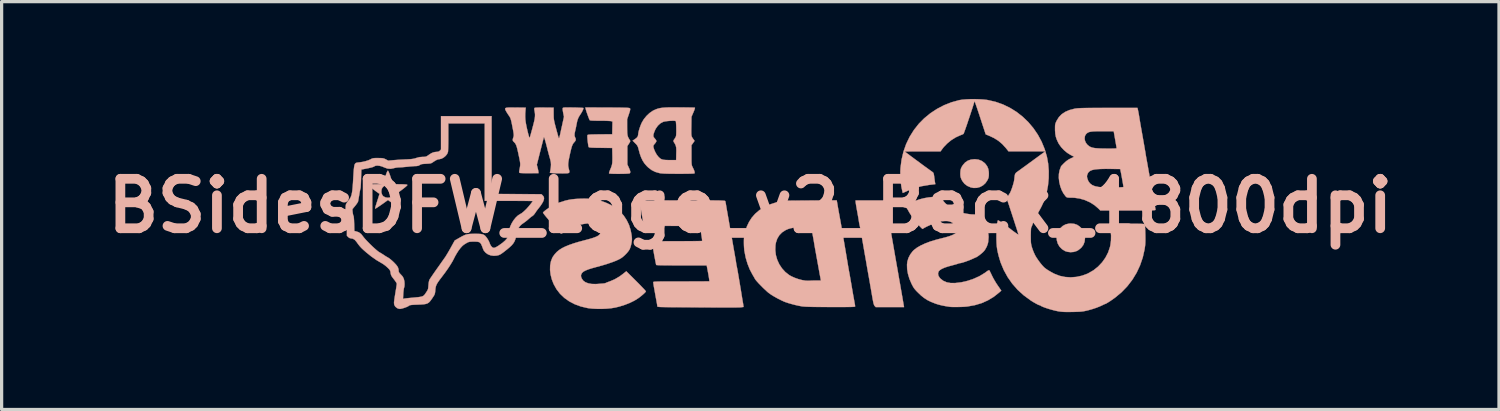
<source format=kicad_pcb>
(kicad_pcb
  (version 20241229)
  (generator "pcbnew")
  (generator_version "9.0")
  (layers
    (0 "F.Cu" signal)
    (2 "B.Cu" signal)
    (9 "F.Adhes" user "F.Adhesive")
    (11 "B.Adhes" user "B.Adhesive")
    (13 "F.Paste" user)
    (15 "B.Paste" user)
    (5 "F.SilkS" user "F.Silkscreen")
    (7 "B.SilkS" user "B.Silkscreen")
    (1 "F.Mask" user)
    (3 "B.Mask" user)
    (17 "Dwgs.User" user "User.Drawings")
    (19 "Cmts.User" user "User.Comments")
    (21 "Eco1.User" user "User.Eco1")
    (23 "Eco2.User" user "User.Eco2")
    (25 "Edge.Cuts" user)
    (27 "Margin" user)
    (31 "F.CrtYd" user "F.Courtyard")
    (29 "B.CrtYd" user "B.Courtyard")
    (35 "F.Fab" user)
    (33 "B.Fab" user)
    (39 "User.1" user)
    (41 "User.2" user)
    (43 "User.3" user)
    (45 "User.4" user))
  (footprint "BSidesDFW_Logo_v2_Back_1800dpi"
    (layer "F.Cu")
    (at 20.073 3.295)
    (property "Reference" "BSidesDFW_Logo_v2_Back_1800dpi" (at 0 0 0) (layer "B.SilkS") (effects (font (size 1.524 1.524) (thickness 0.3))))
    (attr through_hole)
    (fp_poly (pts (xy 9.982 0.553) (xy 10.071 0.583) (xy 10.151 0.637) (xy 10.201 0.686) (xy 10.259 0.762) (xy 10.295 0.842) (xy 10.313 0.933) (xy 10.315 0.995) (xy 10.302 1.105) (xy 10.264 1.203) (xy 10.201 1.288) (xy 10.116 1.358) (xy 10.055 1.392) (xy 9.968 1.419) (xy 9.87 1.427) (xy 9.773 1.415) (xy 9.698 1.391) (xy 9.605 1.332) (xy 9.53 1.255) (xy 9.476 1.161) (xy 9.446 1.057) (xy 9.44 0.983) (xy 9.451 0.877) (xy 9.483 0.785) (xy 9.54 0.702) (xy 9.548 0.692) (xy 9.631 0.618) (xy 9.722 0.569) (xy 9.824 0.546) (xy 9.878 0.544) (xy 9.982 0.553)) (stroke (width 0.01) (type solid)) (fill yes) (layer "B.SilkS"))
    (fp_poly (pts (xy 7.031 -1.426) (xy 7.131 -1.387) (xy 7.219 -1.323) (xy 7.249 -1.292) (xy 7.301 -1.22) (xy 7.334 -1.141) (xy 7.35 -1.049) (xy 7.352 -0.988) (xy 7.35 -0.925) (xy 7.343 -0.877) (xy 7.327 -0.831) (xy 7.308 -0.792) (xy 7.249 -0.703) (xy 7.172 -0.633) (xy 7.082 -0.583) (xy 6.983 -0.556) (xy 6.88 -0.553) (xy 6.795 -0.57) (xy 6.688 -0.616) (xy 6.602 -0.681) (xy 6.535 -0.767) (xy 6.508 -0.818) (xy 6.487 -0.87) (xy 6.476 -0.92) (xy 6.473 -0.982) (xy 6.473 -1.002) (xy 6.477 -1.078) (xy 6.488 -1.138) (xy 6.511 -1.193) (xy 6.549 -1.254) (xy 6.551 -1.257) (xy 6.622 -1.338) (xy 6.706 -1.395) (xy 6.805 -1.428) (xy 6.92 -1.439) (xy 7.031 -1.426)) (stroke (width 0.01) (type solid)) (fill yes) (layer "B.SilkS"))
    (fp_poly (pts (xy 4.175 -0.095) (xy 4.181 -0.066) (xy 4.191 -0.012) (xy 4.204 0.063) (xy 4.221 0.157) (xy 4.24 0.264) (xy 4.26 0.384) (xy 4.283 0.511) (xy 4.296 0.586) (xy 4.321 0.73) (xy 4.35 0.897) (xy 4.382 1.078) (xy 4.415 1.268) (xy 4.448 1.459) (xy 4.481 1.647) (xy 4.512 1.824) (xy 4.529 1.919) (xy 4.56 2.095) (xy 4.586 2.246) (xy 4.609 2.374) (xy 4.628 2.481) (xy 4.643 2.57) (xy 4.656 2.644) (xy 4.667 2.705) (xy 4.675 2.755) (xy 4.683 2.796) (xy 4.689 2.832) (xy 4.694 2.864) (xy 4.7 2.896) (xy 4.705 2.929) (xy 4.712 2.966) (xy 4.712 2.967) (xy 4.738 3.119) (xy 3.865 3.119) (xy 3.833 3.084) (xy 3.821 3.067) (xy 3.81 3.041) (xy 3.798 3.003) (xy 3.786 2.949) (xy 3.772 2.874) (xy 3.756 2.784) (xy 3.738 2.679) (xy 3.718 2.562) (xy 3.697 2.444) (xy 3.679 2.337) (xy 3.67 2.286) (xy 3.635 2.091) (xy 3.599 1.888) (xy 3.564 1.682) (xy 3.528 1.482) (xy 3.495 1.291) (xy 3.465 1.117) (xy 3.441 0.981) (xy 3.425 0.885) (xy 3.409 0.796) (xy 3.395 0.718) (xy 3.383 0.656) (xy 3.374 0.615) (xy 3.371 0.603) (xy 3.362 0.56) (xy 3.351 0.503) (xy 3.345 0.462) (xy 3.338 0.418) (xy 3.327 0.352) (xy 3.313 0.274) (xy 3.298 0.189) (xy 3.289 0.141) (xy 3.275 0.061) (xy 3.262 -0.013) (xy 3.253 -0.073) (xy 3.247 -0.115) (xy 3.246 -0.131) (xy 3.246 -0.169) (xy 4.161 -0.169) (xy 4.175 -0.095)) (stroke (width 0.01) (type solid)) (fill yes) (layer "B.SilkS"))
    (fp_poly (pts (xy -11.157 -1.073) (xy -11.138 -1.033) (xy -11.113 -0.969) (xy -11.082 -0.881) (xy -11.082 -0.878) (xy -11.014 -0.67) (xy -10.791 -0.666) (xy -10.706 -0.665) (xy -10.645 -0.662) (xy -10.605 -0.659) (xy -10.581 -0.654) (xy -10.571 -0.647) (xy -10.569 -0.641) (xy -10.58 -0.626) (xy -10.61 -0.598) (xy -10.654 -0.561) (xy -10.709 -0.518) (xy -10.77 -0.472) (xy -10.832 -0.426) (xy -10.882 -0.392) (xy -10.915 -0.37) (xy -10.848 -0.167) (xy -10.825 -0.095) (xy -10.805 -0.032) (xy -10.79 0.017) (xy -10.782 0.047) (xy -10.781 0.053) (xy -10.785 0.067) (xy -10.8 0.068) (xy -10.827 0.056) (xy -10.87 0.031) (xy -10.93 -0.01) (xy -10.993 -0.056) (xy -11.166 -0.182) (xy -11.252 -0.119) (xy -11.325 -0.067) (xy -11.394 -0.019) (xy -11.456 0.023) (xy -11.506 0.056) (xy -11.542 0.077) (xy -11.558 0.085) (xy -11.561 0.073) (xy -11.556 0.043) (xy -11.551 0.025) (xy -11.54 -0.013) (xy -11.522 -0.069) (xy -11.501 -0.136) (xy -11.479 -0.204) (xy -11.426 -0.372) (xy -11.456 -0.392) (xy -11.499 -0.422) (xy -11.551 -0.46) (xy -11.572 -0.476) (xy -11.37 -0.476) (xy -11.368 -0.412) (xy -11.35 -0.351) (xy -11.318 -0.303) (xy -11.312 -0.298) (xy -11.248 -0.263) (xy -11.174 -0.25) (xy -11.098 -0.26) (xy -11.064 -0.273) (xy -11.013 -0.311) (xy -10.983 -0.368) (xy -10.971 -0.445) (xy -10.971 -0.452) (xy -10.973 -0.501) (xy -10.981 -0.534) (xy -11 -0.563) (xy -11.02 -0.585) (xy -11.082 -0.632) (xy -11.149 -0.652) (xy -11.216 -0.648) (xy -11.279 -0.62) (xy -11.332 -0.568) (xy -11.354 -0.533) (xy -11.37 -0.476) (xy -11.572 -0.476) (xy -11.607 -0.503) (xy -11.662 -0.545) (xy -11.712 -0.585) (xy -11.751 -0.617) (xy -11.774 -0.639) (xy -11.78 -0.645) (xy -11.774 -0.652) (xy -11.752 -0.657) (xy -11.711 -0.661) (xy -11.646 -0.664) (xy -11.557 -0.666) (xy -11.555 -0.666) (xy -11.324 -0.67) (xy -11.256 -0.878) (xy -11.226 -0.967) (xy -11.201 -1.033) (xy -11.182 -1.073) (xy -11.169 -1.087) (xy -11.169 -1.087) (xy -11.157 -1.073)) (stroke (width 0.01) (type solid)) (fill yes) (layer "B.SilkS"))
    (fp_poly (pts (xy -4.402 -3.03) (xy -4.245 -3.03) (xy -4.114 -3.029) (xy -4.006 -3.028) (xy -3.92 -3.026) (xy -3.852 -3.025) (xy -3.801 -3.023) (xy -3.764 -3.02) (xy -3.738 -3.017) (xy -3.721 -3.013) (xy -3.711 -3.008) (xy -3.706 -3.003) (xy -3.706 -3.003) (xy -3.701 -2.985) (xy -3.704 -2.956) (xy -3.715 -2.911) (xy -3.736 -2.846) (xy -3.743 -2.824) (xy -3.796 -2.67) (xy -3.796 -2.425) (xy -3.795 -2.33) (xy -3.793 -2.258) (xy -3.788 -2.203) (xy -3.78 -2.159) (xy -3.767 -2.12) (xy -3.747 -2.082) (xy -3.721 -2.038) (xy -3.715 -2.03) (xy -3.703 -2.009) (xy -3.701 -1.99) (xy -3.711 -1.966) (xy -3.733 -1.929) (xy -3.74 -1.918) (xy -3.789 -1.842) (xy -3.789 -1.56) (xy -3.789 -1.277) (xy -3.743 -1.176) (xy -3.715 -1.11) (xy -3.701 -1.064) (xy -3.699 -1.033) (xy -3.709 -1.01) (xy -3.714 -1.005) (xy -3.733 -0.999) (xy -3.774 -0.995) (xy -3.834 -0.992) (xy -3.906 -0.989) (xy -3.986 -0.988) (xy -4.069 -0.987) (xy -4.15 -0.988) (xy -4.223 -0.989) (xy -4.285 -0.992) (xy -4.329 -0.996) (xy -4.352 -1) (xy -4.353 -1.002) (xy -4.352 -1.02) (xy -4.341 -1.057) (xy -4.323 -1.105) (xy -4.32 -1.111) (xy -4.293 -1.174) (xy -4.274 -1.227) (xy -4.261 -1.277) (xy -4.253 -1.331) (xy -4.25 -1.394) (xy -4.249 -1.474) (xy -4.25 -1.552) (xy -4.255 -1.785) (xy -4.609 -1.789) (xy -4.726 -1.79) (xy -4.818 -1.793) (xy -4.886 -1.795) (xy -4.934 -1.799) (xy -4.964 -1.804) (xy -4.978 -1.81) (xy -4.979 -1.811) (xy -4.987 -1.832) (xy -4.995 -1.874) (xy -5.003 -1.931) (xy -5.011 -1.994) (xy -5.017 -2.058) (xy -5.021 -2.115) (xy -5.021 -2.158) (xy -5.019 -2.179) (xy -5.013 -2.186) (xy -5 -2.191) (xy -4.976 -2.195) (xy -4.938 -2.198) (xy -4.884 -2.201) (xy -4.809 -2.202) (xy -4.712 -2.204) (xy -4.633 -2.205) (xy -4.255 -2.208) (xy -4.251 -2.403) (xy -4.247 -2.597) (xy -4.283 -2.611) (xy -4.308 -2.615) (xy -4.356 -2.618) (xy -4.423 -2.621) (xy -4.504 -2.624) (xy -4.594 -2.625) (xy -4.628 -2.625) (xy -4.737 -2.625) (xy -4.82 -2.627) (xy -4.881 -2.629) (xy -4.921 -2.633) (xy -4.943 -2.638) (xy -4.949 -2.642) (xy -4.96 -2.664) (xy -4.977 -2.706) (xy -4.998 -2.761) (xy -5.02 -2.822) (xy -5.042 -2.884) (xy -5.059 -2.938) (xy -5.071 -2.979) (xy -5.073 -2.988) (xy -5.082 -3.034) (xy -4.402 -3.03)) (stroke (width 0.01) (type solid)) (fill yes) (layer "B.SilkS"))
    (fp_poly (pts (xy -2.189 -3.035) (xy -2.076 -3.035) (xy -1.972 -3.033) (xy -1.881 -3.032) (xy -1.805 -3.031) (xy -1.749 -3.029) (xy -1.715 -3.027) (xy -1.706 -3.026) (xy -1.707 -3.011) (xy -1.717 -2.976) (xy -1.735 -2.927) (xy -1.754 -2.882) (xy -1.813 -2.745) (xy -1.817 -2.448) (xy -1.819 -2.35) (xy -1.819 -2.275) (xy -1.818 -2.22) (xy -1.815 -2.178) (xy -1.808 -2.146) (xy -1.797 -2.119) (xy -1.781 -2.093) (xy -1.76 -2.062) (xy -1.744 -2.04) (xy -1.718 -2.003) (xy -1.765 -1.936) (xy -1.813 -1.87) (xy -1.813 -1.566) (xy -1.813 -1.466) (xy -1.813 -1.39) (xy -1.811 -1.333) (xy -1.808 -1.292) (xy -1.804 -1.261) (xy -1.797 -1.236) (xy -1.788 -1.214) (xy -1.777 -1.192) (xy -1.738 -1.111) (xy -1.718 -1.052) (xy -1.715 -1.015) (xy -1.723 -1) (xy -1.742 -0.998) (xy -1.785 -0.995) (xy -1.849 -0.993) (xy -1.932 -0.991) (xy -2.029 -0.99) (xy -2.137 -0.989) (xy -2.223 -0.989) (xy -2.365 -0.99) (xy -2.483 -0.991) (xy -2.578 -0.993) (xy -2.655 -0.996) (xy -2.715 -1) (xy -2.762 -1.004) (xy -2.798 -1.011) (xy -2.801 -1.011) (xy -2.929 -1.048) (xy -3.039 -1.103) (xy -3.141 -1.18) (xy -3.184 -1.221) (xy -3.256 -1.302) (xy -3.314 -1.389) (xy -3.362 -1.488) (xy -3.404 -1.604) (xy -3.428 -1.691) (xy -3.446 -1.761) (xy -3.46 -1.81) (xy -3.476 -1.845) (xy -3.495 -1.875) (xy -3.521 -1.905) (xy -3.547 -1.931) (xy -3.626 -2.011) (xy -3.563 -2.051) (xy -3.504 -2.095) (xy -3.47 -2.137) (xy -3.465 -2.156) (xy -2.989 -2.156) (xy -2.982 -2.128) (xy -2.962 -2.098) (xy -2.944 -2.078) (xy -2.915 -2.042) (xy -2.896 -2.01) (xy -2.893 -1.997) (xy -2.902 -1.973) (xy -2.925 -1.938) (xy -2.943 -1.916) (xy -2.973 -1.88) (xy -2.986 -1.853) (xy -2.987 -1.824) (xy -2.985 -1.809) (xy -2.964 -1.739) (xy -2.93 -1.661) (xy -2.888 -1.586) (xy -2.844 -1.527) (xy -2.843 -1.525) (xy -2.803 -1.484) (xy -2.766 -1.454) (xy -2.727 -1.434) (xy -2.678 -1.421) (xy -2.616 -1.415) (xy -2.533 -1.412) (xy -2.487 -1.412) (xy -2.286 -1.411) (xy -2.283 -1.52) (xy -2.282 -1.587) (xy -2.28 -1.655) (xy -2.279 -1.707) (xy -2.283 -1.797) (xy -2.3 -1.868) (xy -2.331 -1.928) (xy -2.335 -1.933) (xy -2.362 -1.975) (xy -2.368 -2.006) (xy -2.354 -2.038) (xy -2.336 -2.062) (xy -2.309 -2.103) (xy -2.29 -2.146) (xy -2.289 -2.149) (xy -2.285 -2.181) (xy -2.282 -2.232) (xy -2.28 -2.296) (xy -2.281 -2.366) (xy -2.282 -2.438) (xy -2.285 -2.505) (xy -2.289 -2.561) (xy -2.293 -2.599) (xy -2.298 -2.614) (xy -2.32 -2.621) (xy -2.362 -2.624) (xy -2.42 -2.623) (xy -2.485 -2.62) (xy -2.552 -2.614) (xy -2.614 -2.606) (xy -2.664 -2.596) (xy -2.684 -2.59) (xy -2.771 -2.544) (xy -2.848 -2.473) (xy -2.913 -2.381) (xy -2.928 -2.352) (xy -2.953 -2.295) (xy -2.973 -2.239) (xy -2.985 -2.196) (xy -2.986 -2.192) (xy -2.989 -2.156) (xy -3.465 -2.156) (xy -3.457 -2.182) (xy -3.457 -2.188) (xy -3.451 -2.241) (xy -3.436 -2.311) (xy -3.412 -2.391) (xy -3.383 -2.474) (xy -3.351 -2.55) (xy -3.342 -2.568) (xy -3.28 -2.673) (xy -3.199 -2.772) (xy -3.107 -2.859) (xy -3.01 -2.927) (xy -2.976 -2.945) (xy -2.925 -2.968) (xy -2.875 -2.988) (xy -2.825 -3.003) (xy -2.769 -3.015) (xy -2.705 -3.024) (xy -2.629 -3.03) (xy -2.537 -3.034) (xy -2.427 -3.035) (xy -2.294 -3.036) (xy -2.189 -3.035)) (stroke (width 0.01) (type solid)) (fill yes) (layer "B.SilkS"))
    (fp_poly (pts (xy -4.998 -0.222) (xy -4.887 -0.214) (xy -4.832 -0.207) (xy -4.643 -0.166) (xy -4.463 -0.105) (xy -4.295 -0.026) (xy -4.144 0.069) (xy -4.012 0.178) (xy -3.902 0.299) (xy -3.902 0.299) (xy -3.809 0.44) (xy -3.738 0.586) (xy -3.688 0.746) (xy -3.662 0.881) (xy -3.652 0.953) (xy -3.648 1.008) (xy -3.649 1.056) (xy -3.655 1.108) (xy -3.661 1.141) (xy -3.675 1.207) (xy -3.694 1.274) (xy -3.714 1.327) (xy -3.715 1.33) (xy -3.749 1.386) (xy -3.801 1.45) (xy -3.863 1.514) (xy -3.929 1.573) (xy -3.971 1.604) (xy -4.043 1.646) (xy -4.138 1.69) (xy -4.255 1.735) (xy -4.396 1.783) (xy -4.562 1.834) (xy -4.756 1.887) (xy -4.77 1.891) (xy -4.896 1.926) (xy -4.998 1.959) (xy -5.076 1.991) (xy -5.134 2.021) (xy -5.173 2.053) (xy -5.192 2.077) (xy -5.214 2.121) (xy -5.219 2.161) (xy -5.207 2.209) (xy -5.193 2.24) (xy -5.15 2.303) (xy -5.083 2.352) (xy -4.996 2.386) (xy -4.889 2.406) (xy -4.766 2.409) (xy -4.706 2.406) (xy -4.642 2.401) (xy -4.583 2.396) (xy -4.539 2.393) (xy -4.529 2.392) (xy -4.489 2.387) (xy -4.46 2.378) (xy -4.459 2.378) (xy -4.437 2.367) (xy -4.396 2.351) (xy -4.344 2.332) (xy -4.331 2.328) (xy -4.179 2.263) (xy -4.031 2.176) (xy -3.928 2.1) (xy -3.821 2.015) (xy -3.519 2.316) (xy -3.443 2.392) (xy -3.375 2.462) (xy -3.316 2.524) (xy -3.268 2.574) (xy -3.235 2.611) (xy -3.219 2.631) (xy -3.217 2.634) (xy -3.228 2.653) (xy -3.257 2.684) (xy -3.3 2.724) (xy -3.353 2.769) (xy -3.412 2.816) (xy -3.453 2.846) (xy -3.572 2.92) (xy -3.713 2.989) (xy -3.871 3.051) (xy -4.038 3.103) (xy -4.156 3.132) (xy -4.279 3.153) (xy -4.421 3.167) (xy -4.573 3.174) (xy -4.726 3.173) (xy -4.871 3.166) (xy -5 3.151) (xy -5.017 3.148) (xy -5.222 3.1) (xy -5.41 3.031) (xy -5.58 2.942) (xy -5.732 2.834) (xy -5.864 2.708) (xy -5.975 2.564) (xy -6.061 2.408) (xy -6.117 2.264) (xy -6.154 2.118) (xy -6.171 1.976) (xy -6.168 1.839) (xy -6.145 1.714) (xy -6.103 1.602) (xy -6.077 1.558) (xy -6.024 1.486) (xy -5.963 1.42) (xy -5.892 1.361) (xy -5.807 1.306) (xy -5.706 1.255) (xy -5.587 1.206) (xy -5.448 1.157) (xy -5.285 1.108) (xy -5.098 1.058) (xy -4.966 1.023) (xy -4.859 0.991) (xy -4.775 0.961) (xy -4.712 0.933) (xy -4.667 0.903) (xy -4.637 0.871) (xy -4.621 0.836) (xy -4.617 0.796) (xy -4.618 0.772) (xy -4.637 0.698) (xy -4.678 0.639) (xy -4.743 0.593) (xy -4.832 0.56) (xy -4.886 0.549) (xy -4.936 0.541) (xy -4.981 0.539) (xy -5.032 0.542) (xy -5.098 0.551) (xy -5.131 0.556) (xy -5.299 0.592) (xy -5.454 0.645) (xy -5.603 0.718) (xy -5.747 0.809) (xy -5.785 0.835) (xy -5.811 0.85) (xy -5.832 0.852) (xy -5.853 0.839) (xy -5.881 0.81) (xy -5.922 0.762) (xy -5.929 0.754) (xy -5.957 0.721) (xy -6 0.672) (xy -6.054 0.611) (xy -6.114 0.541) (xy -6.178 0.469) (xy -6.192 0.453) (xy -6.251 0.385) (xy -6.303 0.323) (xy -6.345 0.271) (xy -6.374 0.232) (xy -6.387 0.21) (xy -6.388 0.206) (xy -6.371 0.186) (xy -6.335 0.154) (xy -6.286 0.116) (xy -6.227 0.075) (xy -6.166 0.034) (xy -6.106 -0.003) (xy -6.062 -0.027) (xy -5.891 -0.102) (xy -5.7 -0.162) (xy -5.599 -0.185) (xy -5.501 -0.202) (xy -5.383 -0.214) (xy -5.255 -0.221) (xy -5.123 -0.224) (xy -4.998 -0.222)) (stroke (width 0.01) (type solid)) (fill yes) (layer "B.SilkS"))
    (fp_poly (pts (xy 2.688 -0.033) (xy 2.7 0.039) (xy 2.715 0.126) (xy 2.732 0.217) (xy 2.745 0.289) (xy 2.762 0.382) (xy 2.781 0.484) (xy 2.801 0.597) (xy 2.823 0.724) (xy 2.848 0.867) (xy 2.875 1.028) (xy 2.906 1.211) (xy 2.941 1.416) (xy 2.978 1.637) (xy 2.996 1.743) (xy 3.012 1.841) (xy 3.027 1.927) (xy 3.039 1.998) (xy 3.049 2.049) (xy 3.054 2.078) (xy 3.055 2.081) (xy 3.059 2.103) (xy 3.067 2.148) (xy 3.078 2.212) (xy 3.092 2.292) (xy 3.108 2.383) (xy 3.119 2.448) (xy 3.137 2.553) (xy 3.155 2.658) (xy 3.172 2.756) (xy 3.188 2.842) (xy 3.2 2.91) (xy 3.204 2.932) (xy 3.215 2.995) (xy 3.225 3.048) (xy 3.23 3.085) (xy 3.231 3.098) (xy 3.228 3.103) (xy 3.218 3.106) (xy 3.198 3.11) (xy 3.166 3.112) (xy 3.12 3.114) (xy 3.058 3.115) (xy 2.979 3.116) (xy 2.879 3.117) (xy 2.757 3.117) (xy 2.61 3.117) (xy 2.473 3.117) (xy 2.285 3.116) (xy 2.124 3.115) (xy 1.987 3.114) (xy 1.872 3.112) (xy 1.779 3.109) (xy 1.704 3.106) (xy 1.646 3.102) (xy 1.604 3.098) (xy 1.595 3.097) (xy 1.495 3.078) (xy 1.386 3.054) (xy 1.275 3.025) (xy 1.171 2.995) (xy 1.082 2.965) (xy 1.04 2.949) (xy 0.937 2.901) (xy 0.831 2.847) (xy 0.73 2.79) (xy 0.639 2.734) (xy 0.568 2.683) (xy 0.564 2.681) (xy 0.514 2.638) (xy 0.456 2.584) (xy 0.392 2.524) (xy 0.329 2.46) (xy 0.268 2.398) (xy 0.216 2.341) (xy 0.175 2.293) (xy 0.15 2.26) (xy 0.146 2.254) (xy 0.128 2.22) (xy 0.1 2.171) (xy 0.068 2.118) (xy 0.062 2.106) (xy -0.018 1.954) (xy -0.086 1.781) (xy -0.141 1.597) (xy -0.178 1.407) (xy -0.182 1.378) (xy -0.184 1.361) (xy 0.77 1.361) (xy 0.788 1.514) (xy 0.83 1.662) (xy 0.894 1.801) (xy 0.978 1.927) (xy 1.079 2.038) (xy 1.196 2.13) (xy 1.263 2.169) (xy 1.368 2.216) (xy 1.481 2.256) (xy 1.594 2.286) (xy 1.7 2.304) (xy 1.792 2.308) (xy 1.813 2.307) (xy 1.859 2.304) (xy 1.922 2.302) (xy 1.993 2.3) (xy 2.03 2.3) (xy 2.177 2.3) (xy 2.167 2.254) (xy 2.163 2.229) (xy 2.154 2.181) (xy 2.141 2.113) (xy 2.126 2.029) (xy 2.109 1.934) (xy 2.09 1.832) (xy 2.071 1.727) (xy 2.052 1.622) (xy 2.034 1.523) (xy 2.018 1.433) (xy 2.004 1.356) (xy 1.993 1.296) (xy 1.987 1.258) (xy 1.985 1.249) (xy 1.973 1.178) (xy 1.96 1.098) (xy 1.945 1.012) (xy 1.929 0.927) (xy 1.915 0.846) (xy 1.902 0.775) (xy 1.891 0.719) (xy 1.884 0.683) (xy 1.882 0.672) (xy 1.877 0.662) (xy 1.869 0.656) (xy 1.851 0.651) (xy 1.822 0.649) (xy 1.776 0.649) (xy 1.711 0.65) (xy 1.621 0.653) (xy 1.611 0.654) (xy 1.486 0.659) (xy 1.384 0.667) (xy 1.301 0.678) (xy 1.23 0.693) (xy 1.166 0.713) (xy 1.105 0.739) (xy 1.085 0.749) (xy 0.98 0.817) (xy 0.895 0.904) (xy 0.831 1.009) (xy 0.79 1.131) (xy 0.776 1.207) (xy 0.77 1.361) (xy -0.184 1.361) (xy -0.19 1.309) (xy -0.195 1.229) (xy -0.197 1.145) (xy -0.197 1.065) (xy -0.194 0.996) (xy -0.189 0.944) (xy -0.185 0.925) (xy -0.175 0.89) (xy -0.162 0.838) (xy -0.15 0.78) (xy -0.149 0.779) (xy -0.106 0.637) (xy -0.039 0.495) (xy 0.047 0.362) (xy 0.148 0.246) (xy 0.282 0.131) (xy 0.438 0.033) (xy 0.616 -0.048) (xy 0.815 -0.112) (xy 0.857 -0.123) (xy 1.009 -0.16) (xy 1.837 -0.166) (xy 2.664 -0.171) (xy 2.688 -0.033)) (stroke (width 0.01) (type solid)) (fill yes) (layer "B.SilkS"))
    (fp_poly (pts (xy 5.888 -0.257) (xy 5.913 -0.227) (xy 5.926 -0.2) (xy 5.927 -0.196) (xy 5.938 -0.168) (xy 5.967 -0.128) (xy 6.011 -0.081) (xy 6.066 -0.03) (xy 6.126 0.019) (xy 6.186 0.062) (xy 6.273 0.118) (xy 6.344 0.158) (xy 6.403 0.186) (xy 6.457 0.204) (xy 6.497 0.212) (xy 6.545 0.22) (xy 6.609 0.231) (xy 6.677 0.244) (xy 6.696 0.247) (xy 6.804 0.262) (xy 6.917 0.266) (xy 6.968 0.264) (xy 7.114 0.257) (xy 7.146 0.309) (xy 7.232 0.466) (xy 7.294 0.628) (xy 7.331 0.791) (xy 7.344 0.953) (xy 7.332 1.109) (xy 7.323 1.154) (xy 7.29 1.25) (xy 7.237 1.346) (xy 7.208 1.386) (xy 7.173 1.423) (xy 7.124 1.467) (xy 7.068 1.512) (xy 7.014 1.551) (xy 6.969 1.579) (xy 6.957 1.584) (xy 6.926 1.597) (xy 6.88 1.618) (xy 6.83 1.641) (xy 6.764 1.669) (xy 6.692 1.696) (xy 6.621 1.722) (xy 6.555 1.743) (xy 6.502 1.758) (xy 6.468 1.764) (xy 6.467 1.764) (xy 6.43 1.77) (xy 6.41 1.778) (xy 6.386 1.787) (xy 6.342 1.8) (xy 6.285 1.816) (xy 6.241 1.828) (xy 6.099 1.866) (xy 5.985 1.904) (xy 5.898 1.943) (xy 5.838 1.983) (xy 5.803 2.024) (xy 5.8 2.029) (xy 5.786 2.092) (xy 5.799 2.155) (xy 5.84 2.219) (xy 5.873 2.253) (xy 5.957 2.315) (xy 6.056 2.356) (xy 6.172 2.377) (xy 6.307 2.378) (xy 6.313 2.378) (xy 6.509 2.354) (xy 6.705 2.308) (xy 6.894 2.243) (xy 7.073 2.16) (xy 7.233 2.062) (xy 7.278 2.028) (xy 7.32 1.999) (xy 7.351 1.984) (xy 7.365 1.984) (xy 7.376 2.001) (xy 7.395 2.039) (xy 7.42 2.09) (xy 7.446 2.145) (xy 7.482 2.217) (xy 7.529 2.301) (xy 7.58 2.385) (xy 7.625 2.452) (xy 7.735 2.612) (xy 7.668 2.671) (xy 7.5 2.804) (xy 7.32 2.912) (xy 7.128 2.997) (xy 6.921 3.059) (xy 6.697 3.099) (xy 6.657 3.104) (xy 6.593 3.109) (xy 6.514 3.113) (xy 6.426 3.115) (xy 6.338 3.116) (xy 6.257 3.116) (xy 6.189 3.114) (xy 6.141 3.11) (xy 6.138 3.109) (xy 6.009 3.088) (xy 5.901 3.067) (xy 5.809 3.044) (xy 5.724 3.018) (xy 5.692 3.006) (xy 5.563 2.955) (xy 5.453 2.9) (xy 5.356 2.837) (xy 5.261 2.761) (xy 5.185 2.688) (xy 5.124 2.628) (xy 5.08 2.579) (xy 5.045 2.535) (xy 5.016 2.488) (xy 4.986 2.432) (xy 4.969 2.399) (xy 4.904 2.247) (xy 4.859 2.095) (xy 4.834 1.947) (xy 4.83 1.809) (xy 4.84 1.719) (xy 4.874 1.606) (xy 4.93 1.497) (xy 5.004 1.399) (xy 5.042 1.361) (xy 5.134 1.29) (xy 5.251 1.222) (xy 5.391 1.157) (xy 5.55 1.097) (xy 5.725 1.044) (xy 5.856 1.01) (xy 6.005 0.973) (xy 6.128 0.937) (xy 6.226 0.9) (xy 6.299 0.862) (xy 6.35 0.822) (xy 6.381 0.779) (xy 6.392 0.731) (xy 6.385 0.678) (xy 6.373 0.643) (xy 6.336 0.589) (xy 6.273 0.541) (xy 6.182 0.496) (xy 6.177 0.494) (xy 6.133 0.479) (xy 6.094 0.47) (xy 6.05 0.466) (xy 5.991 0.467) (xy 5.958 0.469) (xy 5.881 0.475) (xy 5.818 0.485) (xy 5.755 0.503) (xy 5.694 0.526) (xy 5.561 0.581) (xy 5.455 0.629) (xy 5.373 0.671) (xy 5.359 0.68) (xy 5.306 0.711) (xy 5.255 0.662) (xy 5.168 0.571) (xy 5.078 0.461) (xy 4.989 0.339) (xy 4.908 0.215) (xy 4.84 0.095) (xy 4.818 0.054) (xy 4.806 0.023) (xy 4.806 -0.000473) (xy 4.82 -0.021) (xy 4.851 -0.043) (xy 4.902 -0.07) (xy 4.974 -0.104) (xy 5.097 -0.159) (xy 5.219 -0.202) (xy 5.346 -0.235) (xy 5.486 -0.26) (xy 5.645 -0.278) (xy 5.687 -0.281) (xy 5.849 -0.294) (xy 5.888 -0.257)) (stroke (width 0.01) (type solid)) (fill yes) (layer "B.SilkS"))
    (fp_poly (pts (xy 11.949 -2.946) (xy 11.959 -2.897) (xy 11.971 -2.833) (xy 11.983 -2.763) (xy 11.987 -2.738) (xy 11.994 -2.691) (xy 12.006 -2.621) (xy 12.021 -2.532) (xy 12.039 -2.429) (xy 12.059 -2.316) (xy 12.08 -2.198) (xy 12.092 -2.131) (xy 12.112 -2.016) (xy 12.131 -1.908) (xy 12.148 -1.811) (xy 12.162 -1.727) (xy 12.174 -1.662) (xy 12.181 -1.618) (xy 12.183 -1.602) (xy 12.189 -1.564) (xy 12.199 -1.507) (xy 12.211 -1.44) (xy 12.219 -1.397) (xy 12.231 -1.332) (xy 12.246 -1.247) (xy 12.263 -1.152) (xy 12.28 -1.054) (xy 12.291 -0.995) (xy 12.307 -0.899) (xy 12.325 -0.8) (xy 12.341 -0.705) (xy 12.356 -0.625) (xy 12.362 -0.586) (xy 12.377 -0.505) (xy 12.392 -0.418) (xy 12.406 -0.337) (xy 12.412 -0.303) (xy 12.426 -0.228) (xy 12.442 -0.142) (xy 12.457 -0.058) (xy 12.461 -0.037) (xy 12.473 0.024) (xy 12.482 0.075) (xy 12.487 0.111) (xy 12.488 0.121) (xy 12.485 0.126) (xy 12.473 0.129) (xy 12.451 0.132) (xy 12.416 0.135) (xy 12.367 0.137) (xy 12.302 0.138) (xy 12.219 0.139) (xy 12.115 0.14) (xy 11.99 0.141) (xy 11.841 0.141) (xy 11.665 0.141) (xy 11.637 0.141) (xy 10.787 0.141) (xy 10.731 0.084) (xy 10.609 -0.021) (xy 10.469 -0.11) (xy 10.314 -0.179) (xy 10.151 -0.227) (xy 9.984 -0.251) (xy 9.906 -0.254) (xy 9.839 -0.254) (xy 9.794 -0.256) (xy 9.765 -0.261) (xy 9.745 -0.27) (xy 9.728 -0.284) (xy 9.72 -0.293) (xy 9.652 -0.383) (xy 9.595 -0.49) (xy 9.552 -0.61) (xy 9.522 -0.736) (xy 9.508 -0.862) (xy 9.509 -0.897) (xy 10.376 -0.897) (xy 10.385 -0.851) (xy 10.417 -0.764) (xy 10.466 -0.696) (xy 10.534 -0.643) (xy 10.622 -0.606) (xy 10.734 -0.583) (xy 10.788 -0.578) (xy 10.844 -0.574) (xy 10.915 -0.571) (xy 10.996 -0.57) (xy 11.084 -0.569) (xy 11.173 -0.569) (xy 11.26 -0.569) (xy 11.34 -0.571) (xy 11.408 -0.573) (xy 11.461 -0.576) (xy 11.493 -0.579) (xy 11.501 -0.582) (xy 11.498 -0.602) (xy 11.492 -0.644) (xy 11.482 -0.703) (xy 11.47 -0.771) (xy 11.457 -0.844) (xy 11.444 -0.916) (xy 11.432 -0.981) (xy 11.422 -1.033) (xy 11.421 -1.037) (xy 11.4 -1.136) (xy 11.101 -1.14) (xy 10.943 -1.141) (xy 10.81 -1.138) (xy 10.7 -1.132) (xy 10.611 -1.122) (xy 10.54 -1.106) (xy 10.486 -1.085) (xy 10.445 -1.058) (xy 10.415 -1.025) (xy 10.394 -0.985) (xy 10.392 -0.981) (xy 10.378 -0.936) (xy 10.376 -0.897) (xy 9.509 -0.897) (xy 9.511 -0.983) (xy 9.531 -1.092) (xy 9.551 -1.148) (xy 9.566 -1.185) (xy 9.574 -1.209) (xy 9.574 -1.214) (xy 9.58 -1.223) (xy 9.603 -1.248) (xy 9.638 -1.284) (xy 9.663 -1.31) (xy 9.734 -1.376) (xy 9.805 -1.426) (xy 9.869 -1.46) (xy 9.98 -1.513) (xy 9.869 -1.572) (xy 9.768 -1.635) (xy 9.671 -1.716) (xy 9.584 -1.808) (xy 9.515 -1.903) (xy 9.494 -1.94) (xy 9.448 -2.038) (xy 9.429 -2.095) (xy 10.303 -2.095) (xy 10.31 -2.025) (xy 10.336 -1.956) (xy 10.38 -1.893) (xy 10.439 -1.841) (xy 10.485 -1.816) (xy 10.522 -1.801) (xy 10.566 -1.79) (xy 10.62 -1.781) (xy 10.688 -1.775) (xy 10.773 -1.77) (xy 10.879 -1.767) (xy 11.009 -1.766) (xy 11.01 -1.766) (xy 11.114 -1.766) (xy 11.192 -1.767) (xy 11.245 -1.769) (xy 11.277 -1.773) (xy 11.289 -1.779) (xy 11.289 -1.78) (xy 11.287 -1.799) (xy 11.28 -1.84) (xy 11.27 -1.9) (xy 11.257 -1.973) (xy 11.244 -2.048) (xy 11.2 -2.3) (xy 10.859 -2.3) (xy 10.735 -2.3) (xy 10.635 -2.298) (xy 10.557 -2.294) (xy 10.496 -2.287) (xy 10.449 -2.277) (xy 10.412 -2.263) (xy 10.383 -2.245) (xy 10.357 -2.222) (xy 10.351 -2.216) (xy 10.316 -2.161) (xy 10.303 -2.095) (xy 9.429 -2.095) (xy 9.417 -2.128) (xy 9.4 -2.221) (xy 9.392 -2.326) (xy 9.392 -2.364) (xy 9.392 -2.434) (xy 9.394 -2.483) (xy 9.4 -2.521) (xy 9.411 -2.556) (xy 9.429 -2.597) (xy 9.444 -2.628) (xy 9.511 -2.735) (xy 9.598 -2.825) (xy 9.706 -2.897) (xy 9.835 -2.953) (xy 9.987 -2.993) (xy 10.017 -2.999) (xy 10.047 -3.003) (xy 10.084 -3.007) (xy 10.13 -3.01) (xy 10.188 -3.013) (xy 10.259 -3.015) (xy 10.346 -3.017) (xy 10.452 -3.018) (xy 10.577 -3.019) (xy 10.725 -3.019) (xy 10.897 -3.02) (xy 11.034 -3.02) (xy 11.932 -3.02) (xy 11.949 -2.946)) (stroke (width 0.01) (type solid)) (fill yes) (layer "B.SilkS"))
    (fp_poly (pts (xy -1.866 -0.169) (xy -1.671 -0.169) (xy -1.5 -0.169) (xy -1.352 -0.169) (xy -1.226 -0.168) (xy -1.12 -0.168) (xy -1.031 -0.167) (xy -0.959 -0.166) (xy -0.902 -0.164) (xy -0.858 -0.162) (xy -0.825 -0.16) (xy -0.801 -0.158) (xy -0.786 -0.155) (xy -0.777 -0.151) (xy -0.772 -0.148) (xy -0.77 -0.145) (xy -0.765 -0.121) (xy -0.756 -0.077) (xy -0.746 -0.018) (xy -0.736 0.042) (xy -0.73 0.077) (xy -0.723 0.119) (xy -0.714 0.17) (xy -0.703 0.232) (xy -0.69 0.307) (xy -0.674 0.396) (xy -0.656 0.5) (xy -0.635 0.622) (xy -0.61 0.764) (xy -0.581 0.926) (xy -0.548 1.111) (xy -0.512 1.32) (xy -0.47 1.555) (xy -0.466 1.58) (xy -0.454 1.649) (xy -0.443 1.713) (xy -0.436 1.764) (xy -0.433 1.785) (xy -0.426 1.827) (xy -0.419 1.858) (xy -0.418 1.863) (xy -0.414 1.881) (xy -0.406 1.924) (xy -0.394 1.988) (xy -0.38 2.067) (xy -0.364 2.16) (xy -0.347 2.261) (xy -0.329 2.368) (xy -0.311 2.477) (xy -0.293 2.583) (xy -0.277 2.683) (xy -0.263 2.773) (xy -0.261 2.78) (xy -0.251 2.845) (xy -0.241 2.903) (xy -0.234 2.946) (xy -0.231 2.963) (xy -0.224 3.001) (xy -0.217 3.048) (xy -0.216 3.057) (xy -0.208 3.115) (xy -0.29 3.125) (xy -0.31 3.127) (xy -0.342 3.128) (xy -0.386 3.129) (xy -0.444 3.13) (xy -0.517 3.131) (xy -0.607 3.131) (xy -0.713 3.131) (xy -0.839 3.131) (xy -0.984 3.131) (xy -1.151 3.13) (xy -1.339 3.129) (xy -1.551 3.128) (xy -1.787 3.126) (xy -2.049 3.124) (xy -2.338 3.122) (xy -2.374 3.122) (xy -2.505 3.121) (xy -2.611 3.12) (xy -2.693 3.118) (xy -2.756 3.117) (xy -2.801 3.114) (xy -2.832 3.111) (xy -2.851 3.107) (xy -2.861 3.103) (xy -2.865 3.097) (xy -2.866 3.094) (xy -2.867 3.072) (xy -2.871 3.046) (xy -2.877 3.009) (xy -2.887 2.955) (xy -2.897 2.9) (xy -2.908 2.841) (xy -2.918 2.787) (xy -2.925 2.749) (xy -2.926 2.745) (xy -2.931 2.714) (xy -2.94 2.663) (xy -2.951 2.599) (xy -2.962 2.54) (xy -2.974 2.474) (xy -2.983 2.416) (xy -2.989 2.373) (xy -2.991 2.353) (xy -2.99 2.348) (xy -2.985 2.344) (xy -2.974 2.34) (xy -2.954 2.337) (xy -2.924 2.335) (xy -2.882 2.333) (xy -2.826 2.331) (xy -2.753 2.33) (xy -2.662 2.329) (xy -2.55 2.329) (xy -2.416 2.329) (xy -2.257 2.329) (xy -2.129 2.329) (xy -1.975 2.329) (xy -1.831 2.328) (xy -1.697 2.328) (xy -1.576 2.328) (xy -1.472 2.327) (xy -1.386 2.326) (xy -1.32 2.326) (xy -1.278 2.325) (xy -1.261 2.324) (xy -1.261 2.324) (xy -1.261 2.309) (xy -1.266 2.271) (xy -1.274 2.216) (xy -1.285 2.149) (xy -1.298 2.075) (xy -1.312 2) (xy -1.326 1.928) (xy -1.328 1.916) (xy -1.344 1.834) (xy -2.118 1.834) (xy -2.294 1.834) (xy -2.45 1.833) (xy -2.585 1.832) (xy -2.698 1.831) (xy -2.787 1.829) (xy -2.851 1.826) (xy -2.889 1.823) (xy -2.9 1.821) (xy -2.904 1.804) (xy -2.913 1.763) (xy -2.925 1.702) (xy -2.94 1.625) (xy -2.957 1.535) (xy -2.971 1.458) (xy -2.991 1.344) (xy -3.005 1.256) (xy -3.015 1.19) (xy -3.02 1.143) (xy -3.021 1.114) (xy -3.018 1.1) (xy -3.016 1.098) (xy -2.999 1.096) (xy -2.956 1.094) (xy -2.891 1.092) (xy -2.805 1.091) (xy -2.702 1.09) (xy -2.584 1.089) (xy -2.453 1.088) (xy -2.313 1.088) (xy -2.246 1.088) (xy -2.102 1.088) (xy -1.968 1.087) (xy -1.845 1.087) (xy -1.735 1.086) (xy -1.642 1.085) (xy -1.569 1.084) (xy -1.517 1.083) (xy -1.489 1.081) (xy -1.485 1.08) (xy -1.484 1.065) (xy -1.488 1.027) (xy -1.495 0.973) (xy -1.505 0.91) (xy -1.516 0.842) (xy -1.527 0.777) (xy -1.538 0.719) (xy -1.547 0.675) (xy -1.554 0.653) (xy -1.566 0.621) (xy -2.423 0.617) (xy -3.28 0.614) (xy -3.299 0.515) (xy -3.323 0.381) (xy -3.345 0.255) (xy -3.364 0.142) (xy -3.381 0.042) (xy -3.394 -0.04) (xy -3.402 -0.103) (xy -3.407 -0.143) (xy -3.407 -0.157) (xy -3.392 -0.159) (xy -3.351 -0.161) (xy -3.285 -0.162) (xy -3.197 -0.164) (xy -3.088 -0.165) (xy -2.96 -0.166) (xy -2.816 -0.167) (xy -2.656 -0.168) (xy -2.484 -0.169) (xy -2.3 -0.169) (xy -2.107 -0.169) (xy -2.089 -0.169) (xy -1.866 -0.169)) (stroke (width 0.01) (type solid)) (fill yes) (layer "B.SilkS"))
    (fp_poly (pts (xy -5.598 -3.033) (xy -5.507 -3.032) (xy -5.462 -3.031) (xy -5.371 -3.03) (xy -5.29 -3.027) (xy -5.223 -3.024) (xy -5.174 -3.021) (xy -5.147 -3.018) (xy -5.143 -3.017) (xy -5.143 -2.999) (xy -5.156 -2.963) (xy -5.179 -2.914) (xy -5.21 -2.86) (xy -5.243 -2.809) (xy -5.283 -2.746) (xy -5.311 -2.686) (xy -5.333 -2.619) (xy -5.351 -2.535) (xy -5.355 -2.514) (xy -5.368 -2.446) (xy -5.382 -2.378) (xy -5.395 -2.322) (xy -5.397 -2.314) (xy -5.415 -2.228) (xy -5.416 -2.16) (xy -5.401 -2.113) (xy -5.398 -2.109) (xy -5.378 -2.062) (xy -5.385 -2.014) (xy -5.412 -1.975) (xy -5.44 -1.946) (xy -5.463 -1.914) (xy -5.483 -1.875) (xy -5.502 -1.824) (xy -5.521 -1.756) (xy -5.542 -1.668) (xy -5.559 -1.594) (xy -5.581 -1.489) (xy -5.598 -1.407) (xy -5.608 -1.342) (xy -5.613 -1.289) (xy -5.613 -1.245) (xy -5.608 -1.203) (xy -5.598 -1.159) (xy -5.593 -1.137) (xy -5.58 -1.089) (xy -5.574 -1.054) (xy -5.579 -1.03) (xy -5.596 -1.014) (xy -5.63 -1.006) (xy -5.685 -1.003) (xy -5.762 -1.002) (xy -5.81 -1.002) (xy -5.893 -1.003) (xy -5.972 -1.004) (xy -6.04 -1.006) (xy -6.089 -1.009) (xy -6.104 -1.011) (xy -6.176 -1.019) (xy -6.163 -1.085) (xy -6.147 -1.187) (xy -6.142 -1.272) (xy -6.147 -1.35) (xy -6.165 -1.429) (xy -6.172 -1.454) (xy -6.188 -1.51) (xy -6.209 -1.586) (xy -6.232 -1.673) (xy -6.255 -1.762) (xy -6.265 -1.804) (xy -6.286 -1.884) (xy -6.305 -1.958) (xy -6.323 -2.019) (xy -6.336 -2.063) (xy -6.341 -2.079) (xy -6.36 -2.124) (xy -6.375 -2.067) (xy -6.383 -2.039) (xy -6.396 -1.987) (xy -6.414 -1.916) (xy -6.436 -1.831) (xy -6.46 -1.736) (xy -6.485 -1.639) (xy -6.579 -1.267) (xy -6.557 -1.18) (xy -6.544 -1.127) (xy -6.534 -1.078) (xy -6.53 -1.051) (xy -6.526 -1.009) (xy -6.773 -1.008) (xy -6.858 -1.008) (xy -6.937 -1.008) (xy -7.003 -1.009) (xy -7.052 -1.011) (xy -7.073 -1.012) (xy -7.099 -1.015) (xy -7.116 -1.022) (xy -7.123 -1.037) (xy -7.122 -1.066) (xy -7.114 -1.113) (xy -7.104 -1.164) (xy -7.097 -1.205) (xy -7.092 -1.241) (xy -7.09 -1.275) (xy -7.091 -1.313) (xy -7.097 -1.358) (xy -7.107 -1.416) (xy -7.122 -1.491) (xy -7.143 -1.587) (xy -7.15 -1.623) (xy -7.173 -1.724) (xy -7.192 -1.801) (xy -7.211 -1.86) (xy -7.231 -1.904) (xy -7.254 -1.938) (xy -7.281 -1.966) (xy -7.287 -1.972) (xy -7.312 -1.999) (xy -7.322 -2.027) (xy -7.317 -2.066) (xy -7.302 -2.114) (xy -7.294 -2.138) (xy -7.29 -2.162) (xy -7.29 -2.19) (xy -7.293 -2.228) (xy -7.301 -2.281) (xy -7.314 -2.353) (xy -7.324 -2.403) (xy -7.343 -2.502) (xy -7.358 -2.578) (xy -7.372 -2.635) (xy -7.385 -2.679) (xy -7.398 -2.714) (xy -7.415 -2.745) (xy -7.435 -2.776) (xy -7.449 -2.796) (xy -7.484 -2.848) (xy -7.517 -2.902) (xy -7.535 -2.934) (xy -7.549 -2.965) (xy -7.556 -2.988) (xy -7.553 -3.006) (xy -7.536 -3.018) (xy -7.504 -3.026) (xy -7.453 -3.03) (xy -7.381 -3.032) (xy -7.285 -3.031) (xy -7.218 -3.031) (xy -6.921 -3.027) (xy -6.928 -2.949) (xy -6.936 -2.845) (xy -6.937 -2.75) (xy -6.932 -2.657) (xy -6.919 -2.56) (xy -6.898 -2.449) (xy -6.873 -2.337) (xy -6.849 -2.238) (xy -6.829 -2.166) (xy -6.815 -2.119) (xy -6.805 -2.097) (xy -6.799 -2.097) (xy -6.792 -2.118) (xy -6.779 -2.162) (xy -6.761 -2.225) (xy -6.74 -2.301) (xy -6.717 -2.386) (xy -6.71 -2.412) (xy -6.68 -2.526) (xy -6.658 -2.617) (xy -6.643 -2.692) (xy -6.636 -2.754) (xy -6.634 -2.809) (xy -6.638 -2.862) (xy -6.647 -2.917) (xy -6.649 -2.927) (xy -6.657 -2.975) (xy -6.657 -3.002) (xy -6.65 -3.017) (xy -6.645 -3.021) (xy -6.625 -3.025) (xy -6.582 -3.028) (xy -6.52 -3.03) (xy -6.443 -3.031) (xy -6.357 -3.03) (xy -6.343 -3.03) (xy -6.061 -3.027) (xy -6.061 -2.843) (xy -6.06 -2.78) (xy -6.059 -2.728) (xy -6.055 -2.682) (xy -6.048 -2.634) (xy -6.037 -2.581) (xy -6.021 -2.514) (xy -5.999 -2.43) (xy -5.985 -2.378) (xy -5.962 -2.293) (xy -5.941 -2.218) (xy -5.924 -2.156) (xy -5.911 -2.113) (xy -5.904 -2.091) (xy -5.904 -2.09) (xy -5.895 -2.088) (xy -5.886 -2.103) (xy -5.876 -2.138) (xy -5.862 -2.196) (xy -5.854 -2.232) (xy -5.84 -2.299) (xy -5.822 -2.382) (xy -5.802 -2.471) (xy -5.784 -2.554) (xy -5.742 -2.745) (xy -5.766 -2.865) (xy -5.776 -2.923) (xy -5.782 -2.972) (xy -5.782 -3.005) (xy -5.781 -3.011) (xy -5.776 -3.019) (xy -5.766 -3.025) (xy -5.746 -3.029) (xy -5.714 -3.032) (xy -5.666 -3.033) (xy -5.598 -3.033)) (stroke (width 0.01) (type solid)) (fill yes) (layer "B.SilkS"))
    (fp_poly (pts (xy 7.046 -3.286) (xy 7.172 -3.279) (xy 7.284 -3.267) (xy 7.326 -3.26) (xy 7.561 -3.206) (xy 7.787 -3.126) (xy 8.002 -3.022) (xy 8.205 -2.896) (xy 8.394 -2.748) (xy 8.567 -2.582) (xy 8.723 -2.397) (xy 8.86 -2.197) (xy 8.977 -1.981) (xy 9.071 -1.753) (xy 9.142 -1.514) (xy 9.143 -1.508) (xy 9.18 -1.3) (xy 9.198 -1.08) (xy 9.196 -0.854) (xy 9.175 -0.631) (xy 9.135 -0.418) (xy 9.107 -0.313) (xy 9.08 -0.231) (xy 9.052 -0.154) (xy 9.019 -0.077) (xy 8.98 0.007) (xy 8.93 0.103) (xy 8.868 0.216) (xy 8.864 0.223) (xy 8.821 0.303) (xy 8.78 0.383) (xy 8.745 0.455) (xy 8.719 0.514) (xy 8.706 0.547) (xy 8.688 0.598) (xy 8.671 0.638) (xy 8.659 0.661) (xy 8.659 0.661) (xy 8.653 0.683) (xy 8.649 0.732) (xy 8.646 0.803) (xy 8.644 0.897) (xy 8.644 0.922) (xy 8.645 1.013) (xy 8.646 1.082) (xy 8.649 1.136) (xy 8.655 1.18) (xy 8.664 1.222) (xy 8.676 1.268) (xy 8.684 1.291) (xy 8.709 1.365) (xy 8.742 1.446) (xy 8.776 1.518) (xy 8.781 1.529) (xy 8.824 1.601) (xy 8.879 1.682) (xy 8.94 1.763) (xy 9 1.836) (xy 9.054 1.893) (xy 9.055 1.894) (xy 9.102 1.932) (xy 9.168 1.978) (xy 9.247 2.025) (xy 9.33 2.071) (xy 9.379 2.096) (xy 9.535 2.156) (xy 9.701 2.191) (xy 9.873 2.202) (xy 10.048 2.189) (xy 10.221 2.152) (xy 10.388 2.091) (xy 10.42 2.075) (xy 10.578 1.984) (xy 10.719 1.871) (xy 10.843 1.74) (xy 10.947 1.593) (xy 11.029 1.433) (xy 11.086 1.263) (xy 11.097 1.211) (xy 11.116 1.07) (xy 11.119 0.917) (xy 11.106 0.763) (xy 11.079 0.617) (xy 11.069 0.582) (xy 11.06 0.55) (xy 11.603 0.55) (xy 11.742 0.55) (xy 11.855 0.551) (xy 11.945 0.551) (xy 12.015 0.552) (xy 12.067 0.554) (xy 12.105 0.557) (xy 12.13 0.56) (xy 12.145 0.564) (xy 12.154 0.569) (xy 12.158 0.575) (xy 12.161 0.596) (xy 12.165 0.641) (xy 12.169 0.704) (xy 12.172 0.782) (xy 12.174 0.869) (xy 12.175 0.882) (xy 12.176 0.988) (xy 12.176 1.073) (xy 12.174 1.144) (xy 12.17 1.206) (xy 12.162 1.267) (xy 12.152 1.334) (xy 12.152 1.336) (xy 12.095 1.59) (xy 12.012 1.832) (xy 11.905 2.061) (xy 11.774 2.276) (xy 11.62 2.476) (xy 11.443 2.66) (xy 11.243 2.827) (xy 11.089 2.935) (xy 11.035 2.969) (xy 10.989 2.997) (xy 10.956 3.015) (xy 10.944 3.02) (xy 10.924 3.026) (xy 10.888 3.042) (xy 10.851 3.061) (xy 10.766 3.1) (xy 10.661 3.141) (xy 10.543 3.18) (xy 10.42 3.215) (xy 10.372 3.227) (xy 10.316 3.239) (xy 10.264 3.249) (xy 10.21 3.256) (xy 10.148 3.261) (xy 10.072 3.264) (xy 9.976 3.267) (xy 9.927 3.268) (xy 9.819 3.269) (xy 9.734 3.269) (xy 9.664 3.267) (xy 9.604 3.263) (xy 9.548 3.257) (xy 9.49 3.248) (xy 9.476 3.245) (xy 9.407 3.231) (xy 9.328 3.211) (xy 9.245 3.188) (xy 9.163 3.163) (xy 9.088 3.138) (xy 9.025 3.114) (xy 8.979 3.094) (xy 8.959 3.082) (xy 8.934 3.066) (xy 8.92 3.062) (xy 8.893 3.055) (xy 8.847 3.034) (xy 8.787 3.001) (xy 8.717 2.961) (xy 8.642 2.914) (xy 8.636 2.91) (xy 8.429 2.758) (xy 8.241 2.588) (xy 8.075 2.399) (xy 7.932 2.195) (xy 7.811 1.975) (xy 7.714 1.742) (xy 7.657 1.552) (xy 7.63 1.442) (xy 7.61 1.344) (xy 7.597 1.25) (xy 7.59 1.151) (xy 7.586 1.037) (xy 7.585 0.96) (xy 7.586 0.864) (xy 7.59 0.769) (xy 7.596 0.679) (xy 7.603 0.597) (xy 7.612 0.528) (xy 7.621 0.477) (xy 7.63 0.449) (xy 7.634 0.445) (xy 7.649 0.45) (xy 7.682 0.47) (xy 7.731 0.502) (xy 7.79 0.543) (xy 7.856 0.591) (xy 7.926 0.642) (xy 7.995 0.695) (xy 8.029 0.722) (xy 8.087 0.767) (xy 8.144 0.808) (xy 8.194 0.843) (xy 8.234 0.869) (xy 8.259 0.883) (xy 8.265 0.884) (xy 8.261 0.87) (xy 8.25 0.833) (xy 8.232 0.777) (xy 8.209 0.703) (xy 8.181 0.617) (xy 8.15 0.521) (xy 8.117 0.419) (xy 8.083 0.315) (xy 8.049 0.21) (xy 8.016 0.111) (xy 7.986 0.018) (xy 7.959 -0.063) (xy 7.936 -0.129) (xy 7.923 -0.168) (xy 7.912 -0.206) (xy 7.91 -0.232) (xy 7.921 -0.261) (xy 7.939 -0.295) (xy 7.964 -0.336) (xy 7.985 -0.37) (xy 7.993 -0.381) (xy 8.013 -0.416) (xy 8.037 -0.472) (xy 8.063 -0.541) (xy 8.088 -0.617) (xy 8.11 -0.692) (xy 8.127 -0.759) (xy 8.135 -0.809) (xy 8.143 -0.884) (xy 8.15 -0.937) (xy 8.159 -0.974) (xy 8.173 -1.001) (xy 8.194 -1.025) (xy 8.227 -1.05) (xy 8.273 -1.083) (xy 8.315 -1.113) (xy 8.375 -1.157) (xy 8.45 -1.211) (xy 8.535 -1.273) (xy 8.626 -1.34) (xy 8.72 -1.408) (xy 8.74 -1.423) (xy 9.091 -1.679) (xy 7.96 -1.679) (xy 7.883 -1.776) (xy 7.768 -1.903) (xy 7.644 -2.008) (xy 7.505 -2.094) (xy 7.38 -2.153) (xy 7.255 -2.205) (xy 7.206 -2.355) (xy 7.146 -2.537) (xy 7.095 -2.694) (xy 7.051 -2.828) (xy 7.014 -2.938) (xy 6.984 -3.028) (xy 6.959 -3.099) (xy 6.941 -3.152) (xy 6.927 -3.188) (xy 6.918 -3.209) (xy 6.912 -3.217) (xy 6.912 -3.217) (xy 6.901 -3.206) (xy 6.9 -3.202) (xy 6.896 -3.182) (xy 6.884 -3.14) (xy 6.865 -3.079) (xy 6.841 -3.003) (xy 6.812 -2.915) (xy 6.781 -2.82) (xy 6.748 -2.72) (xy 6.714 -2.621) (xy 6.682 -2.524) (xy 6.651 -2.435) (xy 6.623 -2.356) (xy 6.6 -2.292) (xy 6.583 -2.246) (xy 6.573 -2.221) (xy 6.571 -2.219) (xy 6.55 -2.207) (xy 6.511 -2.191) (xy 6.467 -2.174) (xy 6.331 -2.112) (xy 6.196 -2.028) (xy 6.072 -1.927) (xy 5.964 -1.816) (xy 5.92 -1.759) (xy 5.863 -1.68) (xy 5.314 -1.68) (xy 5.193 -1.68) (xy 5.08 -1.68) (xy 4.98 -1.679) (xy 4.895 -1.678) (xy 4.828 -1.677) (xy 4.783 -1.676) (xy 4.762 -1.675) (xy 4.761 -1.675) (xy 4.771 -1.666) (xy 4.801 -1.643) (xy 4.847 -1.608) (xy 4.908 -1.562) (xy 4.979 -1.509) (xy 5.059 -1.45) (xy 5.143 -1.388) (xy 5.229 -1.325) (xy 5.313 -1.262) (xy 5.394 -1.203) (xy 5.468 -1.15) (xy 5.531 -1.104) (xy 5.582 -1.068) (xy 5.61 -1.048) (xy 5.63 -1.032) (xy 5.644 -1.014) (xy 5.653 -0.988) (xy 5.661 -0.947) (xy 5.67 -0.885) (xy 5.67 -0.879) (xy 5.679 -0.816) (xy 5.686 -0.76) (xy 5.693 -0.719) (xy 5.695 -0.706) (xy 5.703 -0.67) (xy 5.508 -0.646) (xy 5.263 -0.604) (xy 5.032 -0.538) (xy 4.853 -0.467) (xy 4.699 -0.398) (xy 4.686 -0.45) (xy 4.657 -0.588) (xy 4.636 -0.744) (xy 4.625 -0.908) (xy 4.624 -1.069) (xy 4.629 -1.166) (xy 4.662 -1.422) (xy 4.72 -1.669) (xy 4.803 -1.905) (xy 4.911 -2.129) (xy 5.042 -2.338) (xy 5.195 -2.532) (xy 5.358 -2.697) (xy 5.548 -2.853) (xy 5.753 -2.988) (xy 5.971 -3.102) (xy 6.196 -3.191) (xy 6.426 -3.255) (xy 6.449 -3.26) (xy 6.54 -3.274) (xy 6.653 -3.283) (xy 6.779 -3.289) (xy 6.913 -3.29) (xy 7.046 -3.286)) (stroke (width 0.01) (type solid)) (fill yes) (layer "B.SilkS"))
    (fp_poly (pts (xy -7.973 -0.368) (xy -6.437 -0.36) (xy -6.401 -0.326) (xy -6.368 -0.285) (xy -6.356 -0.239) (xy -6.364 -0.185) (xy -6.39 -0.122) (xy -6.423 -0.066) (xy -6.465 -0.003) (xy -6.505 0.049) (xy -6.549 0.104) (xy -6.593 0.163) (xy -6.625 0.212) (xy -6.657 0.257) (xy -6.69 0.293) (xy -6.713 0.311) (xy -6.743 0.33) (xy -6.784 0.363) (xy -6.828 0.401) (xy -6.831 0.404) (xy -6.883 0.449) (xy -6.941 0.494) (xy -6.986 0.526) (xy -7.05 0.572) (xy -7.1 0.62) (xy -7.138 0.676) (xy -7.169 0.745) (xy -7.194 0.832) (xy -7.212 0.914) (xy -7.229 0.988) (xy -7.249 1.051) (xy -7.274 1.108) (xy -7.308 1.161) (xy -7.353 1.214) (xy -7.413 1.271) (xy -7.49 1.336) (xy -7.586 1.412) (xy -7.616 1.435) (xy -7.685 1.484) (xy -7.746 1.515) (xy -7.809 1.531) (xy -7.885 1.537) (xy -7.906 1.538) (xy -7.998 1.526) (xy -8.083 1.494) (xy -8.156 1.443) (xy -8.211 1.379) (xy -8.234 1.33) (xy -8.265 1.247) (xy -8.291 1.186) (xy -8.318 1.145) (xy -8.35 1.12) (xy -8.393 1.107) (xy -8.449 1.102) (xy -8.521 1.101) (xy -8.588 1.102) (xy -8.637 1.105) (xy -8.677 1.113) (xy -8.715 1.128) (xy -8.759 1.153) (xy -8.819 1.191) (xy -8.829 1.197) (xy -8.877 1.238) (xy -8.933 1.3) (xy -8.992 1.378) (xy -9.049 1.467) (xy -9.103 1.562) (xy -9.133 1.623) (xy -9.178 1.709) (xy -9.24 1.811) (xy -9.316 1.928) (xy -9.405 2.054) (xy -9.505 2.187) (xy -9.51 2.194) (xy -9.573 2.276) (xy -9.619 2.341) (xy -9.653 2.394) (xy -9.676 2.441) (xy -9.691 2.485) (xy -9.701 2.533) (xy -9.707 2.589) (xy -9.708 2.599) (xy -9.713 2.655) (xy -9.72 2.697) (xy -9.731 2.732) (xy -9.751 2.769) (xy -9.782 2.816) (xy -9.802 2.847) (xy -9.844 2.906) (xy -9.88 2.952) (xy -9.916 2.985) (xy -9.956 3.008) (xy -10.006 3.023) (xy -10.069 3.033) (xy -10.152 3.039) (xy -10.246 3.043) (xy -10.337 3.046) (xy -10.404 3.05) (xy -10.452 3.054) (xy -10.484 3.06) (xy -10.505 3.067) (xy -10.52 3.077) (xy -10.521 3.078) (xy -10.552 3.098) (xy -10.602 3.12) (xy -10.662 3.142) (xy -10.722 3.16) (xy -10.774 3.172) (xy -10.801 3.175) (xy -10.843 3.167) (xy -10.887 3.149) (xy -10.889 3.147) (xy -10.944 3.101) (xy -10.974 3.043) (xy -10.98 2.989) (xy -10.978 2.955) (xy -10.971 2.899) (xy -10.961 2.828) (xy -10.948 2.746) (xy -10.937 2.677) (xy -10.923 2.595) (xy -10.911 2.521) (xy -10.902 2.46) (xy -10.896 2.418) (xy -10.894 2.4) (xy -10.902 2.378) (xy -10.925 2.341) (xy -10.958 2.293) (xy -10.984 2.259) (xy -11.027 2.204) (xy -11.055 2.163) (xy -11.071 2.128) (xy -11.081 2.093) (xy -11.085 2.064) (xy -11.092 2.023) (xy -11.102 1.992) (xy -11.121 1.962) (xy -11.153 1.927) (xy -11.183 1.898) (xy -11.237 1.85) (xy -11.299 1.803) (xy -11.356 1.767) (xy -11.36 1.765) (xy -11.518 1.672) (xy -11.682 1.557) (xy -11.837 1.432) (xy -11.919 1.36) (xy -11.985 1.298) (xy -12.039 1.238) (xy -12.088 1.176) (xy -12.134 1.111) (xy -12.188 1.048) (xy -12.246 1.012) (xy -12.305 1.002) (xy -12.354 0.989) (xy -12.391 0.961) (xy -12.432 0.919) (xy -12.432 0.688) (xy -12.433 0.592) (xy -12.435 0.521) (xy -12.439 0.473) (xy -12.445 0.446) (xy -12.45 0.44) (xy -12.457 0.419) (xy -12.463 0.375) (xy -12.468 0.316) (xy -12.471 0.246) (xy -12.473 0.172) (xy -12.473 0.102) (xy -12.264 0.102) (xy -12.255 0.196) (xy -12.247 0.247) (xy -12.238 0.288) (xy -12.229 0.309) (xy -12.222 0.331) (xy -12.217 0.379) (xy -12.212 0.448) (xy -12.209 0.536) (xy -12.208 0.552) (xy -12.203 0.775) (xy -12.152 0.785) (xy -12.067 0.813) (xy -11.995 0.865) (xy -11.943 0.931) (xy -11.91 0.974) (xy -11.862 1.03) (xy -11.802 1.094) (xy -11.734 1.163) (xy -11.663 1.233) (xy -11.593 1.298) (xy -11.528 1.355) (xy -11.473 1.401) (xy -11.431 1.43) (xy -11.426 1.432) (xy -11.371 1.464) (xy -11.314 1.5) (xy -11.289 1.517) (xy -11.238 1.551) (xy -11.183 1.583) (xy -11.162 1.595) (xy -11.126 1.618) (xy -11.078 1.656) (xy -11.024 1.703) (xy -10.984 1.741) (xy -10.922 1.806) (xy -10.879 1.861) (xy -10.853 1.911) (xy -10.84 1.962) (xy -10.837 2.009) (xy -10.831 2.04) (xy -10.808 2.075) (xy -10.768 2.117) (xy -10.719 2.171) (xy -10.689 2.224) (xy -10.676 2.258) (xy -10.66 2.333) (xy -10.655 2.41) (xy -10.659 2.479) (xy -10.67 2.521) (xy -10.678 2.552) (xy -10.685 2.603) (xy -10.692 2.666) (xy -10.695 2.714) (xy -10.703 2.867) (xy -10.668 2.858) (xy -10.642 2.854) (xy -10.594 2.848) (xy -10.529 2.841) (xy -10.453 2.834) (xy -10.4 2.829) (xy -10.297 2.819) (xy -10.218 2.811) (xy -10.159 2.802) (xy -10.115 2.791) (xy -10.082 2.776) (xy -10.056 2.756) (xy -10.032 2.729) (xy -10.007 2.693) (xy -9.997 2.678) (xy -9.964 2.628) (xy -9.943 2.591) (xy -9.93 2.555) (xy -9.924 2.511) (xy -9.919 2.45) (xy -9.919 2.449) (xy -9.912 2.377) (xy -9.901 2.317) (xy -9.888 2.277) (xy -9.887 2.276) (xy -9.873 2.252) (xy -9.844 2.209) (xy -9.805 2.151) (xy -9.756 2.08) (xy -9.702 2.002) (xy -9.663 1.947) (xy -9.603 1.863) (xy -9.546 1.782) (xy -9.494 1.708) (xy -9.45 1.646) (xy -9.418 1.6) (xy -9.405 1.583) (xy -9.38 1.543) (xy -9.344 1.485) (xy -9.302 1.414) (xy -9.258 1.337) (xy -9.229 1.285) (xy -9.109 1.067) (xy -8.944 0.973) (xy -8.874 0.934) (xy -8.817 0.906) (xy -8.766 0.886) (xy -8.714 0.873) (xy -8.655 0.865) (xy -8.582 0.862) (xy -8.488 0.861) (xy -8.466 0.861) (xy -8.375 0.862) (xy -8.307 0.866) (xy -8.256 0.875) (xy -8.218 0.889) (xy -8.186 0.91) (xy -8.172 0.922) (xy -8.134 0.966) (xy -8.093 1.025) (xy -8.057 1.088) (xy -8.033 1.145) (xy -8.03 1.155) (xy -8.01 1.203) (xy -7.979 1.249) (xy -7.972 1.256) (xy -7.943 1.282) (xy -7.913 1.294) (xy -7.877 1.29) (xy -7.832 1.27) (xy -7.771 1.234) (xy -7.737 1.211) (xy -7.633 1.136) (xy -7.554 1.067) (xy -7.497 1.001) (xy -7.46 0.935) (xy -7.441 0.865) (xy -7.437 0.809) (xy -7.426 0.723) (xy -7.396 0.629) (xy -7.351 0.533) (xy -7.294 0.441) (xy -7.229 0.36) (xy -7.16 0.295) (xy -7.093 0.253) (xy -7.042 0.223) (xy -6.98 0.172) (xy -6.91 0.105) (xy -6.838 0.026) (xy -6.784 -0.039) (xy -6.749 -0.084) (xy -6.721 -0.121) (xy -6.705 -0.143) (xy -6.703 -0.148) (xy -6.716 -0.149) (xy -6.756 -0.151) (xy -6.818 -0.152) (xy -6.901 -0.153) (xy -7.001 -0.154) (xy -7.117 -0.154) (xy -7.245 -0.155) (xy -7.383 -0.155) (xy -7.444 -0.155) (xy -8.184 -0.155) (xy -8.184 -2.54) (xy -9.307 -2.54) (xy -9.307 -2.127) (xy -9.307 -2.019) (xy -9.308 -1.918) (xy -9.31 -1.828) (xy -9.312 -1.753) (xy -9.314 -1.697) (xy -9.317 -1.664) (xy -9.318 -1.661) (xy -9.343 -1.6) (xy -9.389 -1.542) (xy -9.448 -1.492) (xy -9.513 -1.456) (xy -9.578 -1.44) (xy -9.586 -1.44) (xy -9.634 -1.431) (xy -9.694 -1.403) (xy -9.768 -1.356) (xy -9.777 -1.349) (xy -9.806 -1.33) (xy -9.833 -1.316) (xy -9.865 -1.308) (xy -9.909 -1.303) (xy -9.973 -1.299) (xy -9.991 -1.298) (xy -10.062 -1.294) (xy -10.112 -1.289) (xy -10.147 -1.281) (xy -10.172 -1.269) (xy -10.187 -1.259) (xy -10.229 -1.237) (xy -10.283 -1.228) (xy -10.304 -1.227) (xy -10.347 -1.226) (xy -10.409 -1.221) (xy -10.484 -1.215) (xy -10.562 -1.207) (xy -10.569 -1.206) (xy -10.648 -1.199) (xy -10.724 -1.192) (xy -10.79 -1.188) (xy -10.836 -1.186) (xy -10.839 -1.186) (xy -10.897 -1.181) (xy -10.955 -1.171) (xy -10.978 -1.164) (xy -11.079 -1.143) (xy -11.179 -1.149) (xy -11.274 -1.183) (xy -11.281 -1.186) (xy -11.349 -1.215) (xy -11.42 -1.234) (xy -11.487 -1.242) (xy -11.544 -1.238) (xy -11.584 -1.221) (xy -11.587 -1.219) (xy -11.618 -1.202) (xy -11.677 -1.184) (xy -11.763 -1.164) (xy -11.802 -1.156) (xy -11.987 -1.12) (xy -11.996 -0.837) (xy -11.999 -0.75) (xy -12.002 -0.673) (xy -12.006 -0.609) (xy -12.009 -0.564) (xy -12.012 -0.542) (xy -12.013 -0.541) (xy -12.018 -0.522) (xy -12.027 -0.482) (xy -12.038 -0.425) (xy -12.049 -0.358) (xy -12.05 -0.352) (xy -12.062 -0.281) (xy -12.073 -0.217) (xy -12.082 -0.168) (xy -12.087 -0.138) (xy -12.087 -0.138) (xy -12.1 -0.11) (xy -12.126 -0.069) (xy -12.162 -0.021) (xy -12.18 0.001) (xy -12.264 0.102) (xy -12.473 0.102) (xy -12.473 0.1) (xy -12.471 0.035) (xy -12.467 -0.015) (xy -12.462 -0.042) (xy -12.445 -0.079) (xy -12.415 -0.126) (xy -12.383 -0.167) (xy -12.352 -0.207) (xy -12.326 -0.247) (xy -12.305 -0.292) (xy -12.288 -0.345) (xy -12.275 -0.409) (xy -12.263 -0.488) (xy -12.254 -0.586) (xy -12.245 -0.707) (xy -12.24 -0.79) (xy -12.232 -0.927) (xy -12.225 -1.038) (xy -12.218 -1.126) (xy -12.21 -1.195) (xy -12.201 -1.246) (xy -12.19 -1.282) (xy -12.174 -1.307) (xy -12.155 -1.322) (xy -12.13 -1.331) (xy -12.098 -1.336) (xy -12.06 -1.34) (xy -12.05 -1.341) (xy -11.952 -1.355) (xy -11.855 -1.378) (xy -11.767 -1.406) (xy -11.698 -1.437) (xy -11.691 -1.441) (xy -11.664 -1.456) (xy -11.636 -1.465) (xy -11.601 -1.471) (xy -11.553 -1.474) (xy -11.484 -1.474) (xy -11.472 -1.474) (xy -11.4 -1.473) (xy -11.349 -1.471) (xy -11.311 -1.465) (xy -11.279 -1.455) (xy -11.245 -1.44) (xy -11.234 -1.434) (xy -11.158 -1.394) (xy -10.994 -1.409) (xy -10.917 -1.415) (xy -10.823 -1.422) (xy -10.723 -1.427) (xy -10.627 -1.432) (xy -10.612 -1.432) (xy -10.521 -1.437) (xy -10.451 -1.442) (xy -10.397 -1.449) (xy -10.352 -1.458) (xy -10.309 -1.471) (xy -10.297 -1.475) (xy -10.201 -1.502) (xy -10.102 -1.51) (xy -10.098 -1.51) (xy -10.039 -1.511) (xy -9.999 -1.518) (xy -9.968 -1.531) (xy -9.947 -1.545) (xy -9.877 -1.593) (xy -9.821 -1.627) (xy -9.772 -1.647) (xy -9.725 -1.659) (xy -9.685 -1.663) (xy -9.631 -1.668) (xy -9.596 -1.679) (xy -9.569 -1.698) (xy -9.565 -1.703) (xy -9.532 -1.738) (xy -9.532 -2.766) (xy -8.752 -2.766) (xy -7.973 -2.766) (xy -7.973 -0.368)) (stroke (width 0.01) (type solid)) (fill yes) (layer "B.SilkS")))
  (gr_rect
    (start -3 -3)
    (end 43.147 9.569)
    (stroke (width 0.1) (type default))
    (fill no)
    (layer "Edge.Cuts")))
</source>
